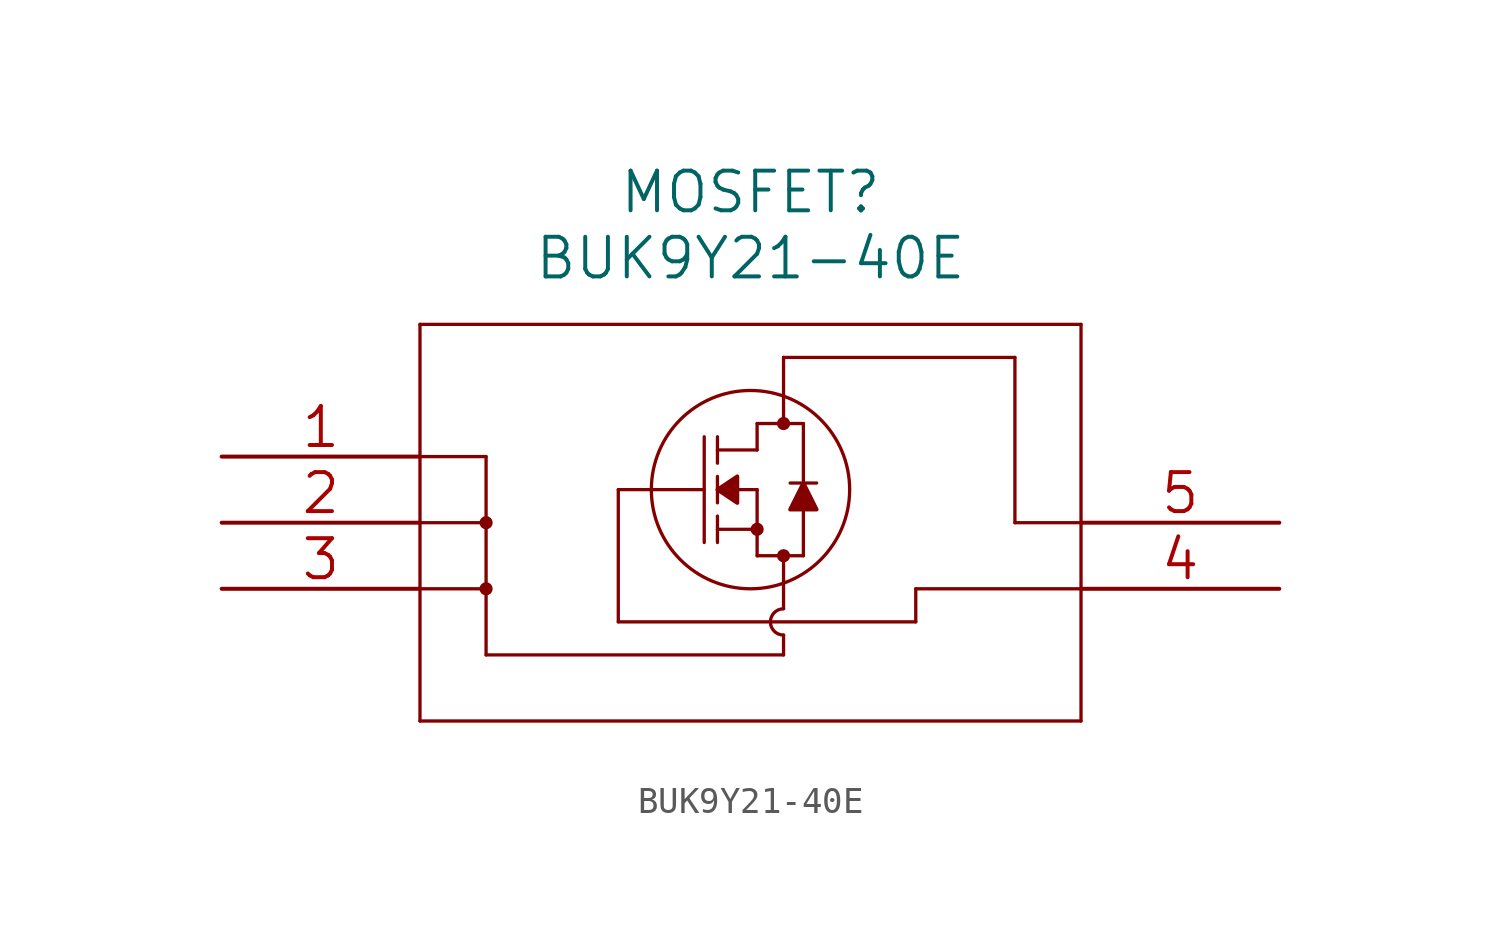
<source format=kicad_sym>
(kicad_symbol_lib
  (version 20210619)
  (generator kicad_symbol_editor)
  (symbol "BUK9Y21-40E"
    (pin_names
      (offset 0.254) hide)
    (property "Reference" "MOSFET"
      (at 20.32 10.16 0)
      (effects (font (size 1.524 1.524))))
    (property "Value" "BUK9Y21-40E"
      (at 20.32 7.62 0)
      (effects (font (size 1.524 1.524))))
    (property "Datasheet" ""
      (at 0 0 0)
      (effects (font (size 1.524 1.524))))
    (property "ki_locked" ""
      (at 0 0 0)
      (effects (font (size 1.27 1.27))))
    (symbol "BUK9Y21-40E_1_1"
      (arc (start 10.16 -5.207) (end 10.16 -5.207) (radius (at 10.16 -5.08) (length 0.127) (angles -89.9 -90.1)) (stroke (width 0.254)) (fill (type none)))
      (arc (start 10.16 -2.667) (end 10.16 -2.667) (radius (at 10.16 -2.54) (length 0.127) (angles -89.9 -90.1)) (stroke (width 0.254)) (fill (type none)))
      (arc (start 24.13 -1.27) (end 24.13 -1.27) (radius (at 20.32 -1.27) (length 3.81) (angles 0 0)) (stroke (width 0.127)) (fill (type none)))
      (arc (start 20.574 -2.921) (end 20.574 -2.921) (radius (at 20.574 -2.794) (length 0.127) (angles -89.9 -90.1)) (stroke (width 0.254)) (fill (type none)))
      (arc (start 21.59 -5.842) (end 21.59 -6.858) (radius (at 21.59 -6.35) (length 0.508) (angles -89.9 89.9)) (stroke (width 0.127)) (fill (type none)))
      (arc (start 21.59 -3.937) (end 21.59 -3.937) (radius (at 21.59 -3.81) (length 0.127) (angles -89.9 -90.1)) (stroke (width 0.254)) (fill (type none)))
      (arc (start 21.59 1.143) (end 21.59 1.143) (radius (at 21.59 1.27) (length 0.127) (angles -89.9 -90.1)) (stroke (width 0.254)) (fill (type none)))
      (circle (center 10.16 -5.08) (radius 0.127) (stroke (width 0.254)) (fill (type none)))
      (circle (center 10.16 -2.54) (radius 0.127) (stroke (width 0.254)) (fill (type none)))
      (circle (center 20.32 -1.27) (radius 3.81) (stroke (width 0.127)) (fill (type none)))
      (circle (center 20.574 -2.794) (radius 0.127) (stroke (width 0.254)) (fill (type none)))
      (circle (center 21.59 -3.81) (radius 0.127) (stroke (width 0.254)) (fill (type none)))
      (circle (center 21.59 1.27) (radius 0.127) (stroke (width 0.254)) (fill (type none)))
      (polyline (pts (xy 7.62 -10.16) (xy 33.02 -10.16)) (stroke (width 0.127)) (fill (type none)))
      (polyline (pts (xy 7.62 -5.08) (xy 10.16 -5.08)) (stroke (width 0.127)) (fill (type none)))
      (polyline (pts (xy 7.62 -2.54) (xy 10.16 -2.54)) (stroke (width 0.127)) (fill (type none)))
      (polyline (pts (xy 7.62 0) (xy 10.16 0)) (stroke (width 0.127)) (fill (type none)))
      (polyline (pts (xy 7.62 5.08) (xy 7.62 -10.16)) (stroke (width 0.127)) (fill (type none)))
      (polyline (pts (xy 10.16 -7.62) (xy 21.59 -7.62)) (stroke (width 0.127)) (fill (type none)))
      (polyline (pts (xy 10.16 0) (xy 10.16 -7.62)) (stroke (width 0.127)) (fill (type none)))
      (polyline (pts (xy 15.24 -6.35) (xy 15.24 -1.27)) (stroke (width 0.127)) (fill (type none)))
      (polyline (pts (xy 18.542 -1.27) (xy 15.24 -1.27)) (stroke (width 0.127)) (fill (type none)))
      (polyline (pts (xy 18.542 0.762) (xy 18.542 -3.302)) (stroke (width 0.127)) (fill (type none)))
      (polyline (pts (xy 19.05 -2.794) (xy 20.574 -2.794)) (stroke (width 0.127)) (fill (type none)))
      (polyline (pts (xy 19.05 -2.286) (xy 19.05 -3.302)) (stroke (width 0.127)) (fill (type none)))
      (polyline (pts (xy 19.05 -0.762) (xy 19.05 -1.778)) (stroke (width 0.127)) (fill (type none)))
      (polyline (pts (xy 19.05 0.254) (xy 20.574 0.254)) (stroke (width 0.127)) (fill (type none)))
      (polyline (pts (xy 19.05 0.762) (xy 19.05 -0.254)) (stroke (width 0.127)) (fill (type none)))
      (polyline (pts (xy 20.574 -3.81) (xy 22.352 -3.81)) (stroke (width 0.127)) (fill (type none)))
      (polyline (pts (xy 20.574 -1.27) (xy 19.812 -1.27)) (stroke (width 0.127)) (fill (type none)))
      (polyline (pts (xy 20.574 -1.27) (xy 20.574 -3.81)) (stroke (width 0.127)) (fill (type none)))
      (polyline (pts (xy 20.574 1.27) (xy 20.574 0.254)) (stroke (width 0.127)) (fill (type none)))
      (polyline (pts (xy 20.574 1.27) (xy 22.352 1.27)) (stroke (width 0.127)) (fill (type none)))
      (polyline (pts (xy 21.59 -6.858) (xy 21.59 -7.62)) (stroke (width 0.127)) (fill (type none)))
      (polyline (pts (xy 21.59 -5.842) (xy 21.59 -3.81)) (stroke (width 0.127)) (fill (type none)))
      (polyline (pts (xy 21.59 3.81) (xy 21.59 1.27)) (stroke (width 0.127)) (fill (type none)))
      (polyline (pts (xy 21.59 3.81) (xy 30.48 3.81)) (stroke (width 0.127)) (fill (type none)))
      (polyline (pts (xy 22.352 -3.81) (xy 22.352 -2.032)) (stroke (width 0.127)) (fill (type none)))
      (polyline (pts (xy 22.352 1.27) (xy 22.352 -1.016)) (stroke (width 0.127)) (fill (type none)))
      (polyline (pts (xy 22.86 -1.016) (xy 21.844 -1.016)) (stroke (width 0.127)) (fill (type none)))
      (polyline (pts (xy 26.67 -6.35) (xy 15.24 -6.35)) (stroke (width 0.127)) (fill (type none)))
      (polyline (pts (xy 26.67 -5.08) (xy 26.67 -6.35)) (stroke (width 0.127)) (fill (type none)))
      (polyline (pts (xy 30.48 -2.54) (xy 33.02 -2.54)) (stroke (width 0.127)) (fill (type none)))
      (polyline (pts (xy 30.48 3.81) (xy 30.48 -2.54)) (stroke (width 0.127)) (fill (type none)))
      (polyline (pts (xy 33.02 -10.16) (xy 33.02 5.08)) (stroke (width 0.127)) (fill (type none)))
      (polyline (pts (xy 33.02 -5.08) (xy 26.67 -5.08)) (stroke (width 0.127)) (fill (type none)))
      (polyline (pts (xy 33.02 5.08) (xy 7.62 5.08)) (stroke (width 0.127)) (fill (type none)))
      (polyline (pts (xy 19.05 -1.27) (xy 19.812 -0.762) (xy 19.812 -1.778) (xy 19.05 -1.27)) (stroke (width 0)) (fill (type outline)))
      (polyline (pts (xy 22.352 -1.016) (xy 22.86 -2.032) (xy 21.844 -2.032) (xy 22.352 -1.016)) (stroke (width 0)) (fill (type outline)))
      (pin unspecified line (at 0 0 0) (length 7.62) (name "1" (effects (font (size 1.499 1.499)))) (number "1" (effects (font (size 1.499 1.499)))))
      (pin unspecified line (at 0 -2.54 0) (length 7.62) (name "2" (effects (font (size 1.499 1.499)))) (number "2" (effects (font (size 1.499 1.499)))))
      (pin unspecified line (at 0 -5.08 0) (length 7.62) (name "3" (effects (font (size 1.499 1.499)))) (number "3" (effects (font (size 1.499 1.499)))))
      (pin unspecified line (at 40.64 -5.08 180) (length 7.62) (name "4" (effects (font (size 1.499 1.499)))) (number "4" (effects (font (size 1.499 1.499)))))
      (pin unspecified line (at 40.64 -2.54 180) (length 7.62) (name "5" (effects (font (size 1.499 1.499)))) (number "5" (effects (font (size 1.499 1.499))))))))
</source>
